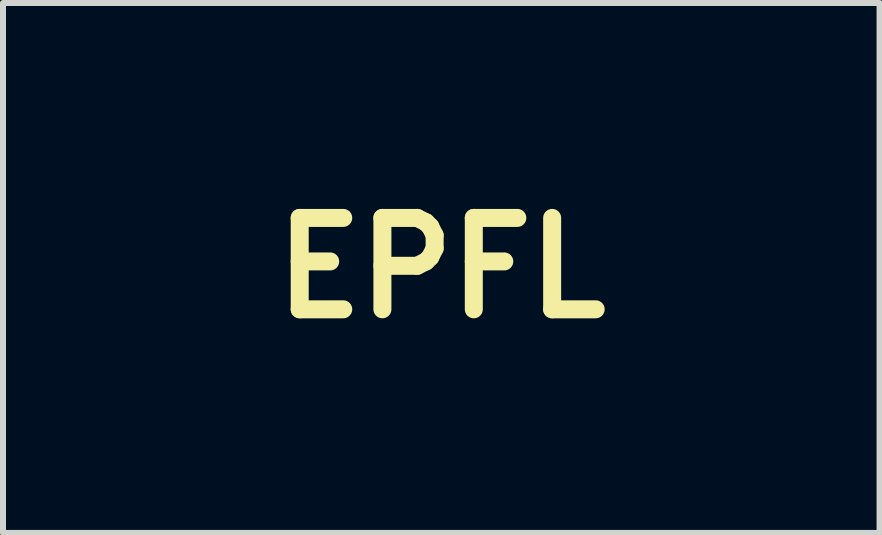
<source format=kicad_pcb>
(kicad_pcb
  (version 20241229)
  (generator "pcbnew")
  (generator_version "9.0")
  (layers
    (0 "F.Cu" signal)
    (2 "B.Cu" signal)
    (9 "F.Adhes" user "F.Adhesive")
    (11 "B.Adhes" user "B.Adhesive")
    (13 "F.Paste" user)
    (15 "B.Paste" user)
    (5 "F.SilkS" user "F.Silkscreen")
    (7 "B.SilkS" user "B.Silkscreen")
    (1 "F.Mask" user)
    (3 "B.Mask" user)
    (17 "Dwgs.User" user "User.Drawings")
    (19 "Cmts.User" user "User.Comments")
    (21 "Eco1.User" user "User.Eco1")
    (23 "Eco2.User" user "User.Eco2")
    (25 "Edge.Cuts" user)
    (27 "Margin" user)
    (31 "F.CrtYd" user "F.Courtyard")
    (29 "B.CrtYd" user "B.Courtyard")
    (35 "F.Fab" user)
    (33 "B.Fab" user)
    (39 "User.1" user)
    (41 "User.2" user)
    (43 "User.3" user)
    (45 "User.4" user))
  (footprint "EPFL"
    (layer "F.Cu")
    (at 4.306 1.418)
    (property "Reference" "EPFL" (at 0 0 0) (layer "F.SilkS") (effects (font (size 1.524 1.524) (thickness 0.3))))
    (attr through_hole)
    (fp_poly (pts (xy 3.035 0.787) (xy 4.305 0.787) (xy 4.305 1.253) (xy 2.493 1.253) (xy 2.493 -1.253) (xy 3.035 -1.253) (xy 3.035 0.787)) (stroke (width 0.01) (type solid)) (fill yes) (layer "F.Mask"))
    (fp_poly (pts (xy 2.108 -0.783) (xy 0.838 -0.783) (xy 0.838 -0.233) (xy 1.998 -0.233) (xy 1.998 0.233) (xy 0.838 0.233) (xy 0.838 1.253) (xy 0.296 1.253) (xy 0.296 0.229) (xy 0.834 0.229) (xy 0.834 -0.229) (xy 0.296 -0.229) (xy 0.296 -1.253) (xy 2.108 -1.253) (xy 2.108 -0.783)) (stroke (width 0.01) (type solid)) (fill yes) (layer "F.Mask"))
    (fp_poly (pts (xy -2.489 -0.783) (xy -3.759 -0.783) (xy -3.759 -0.233) (xy -2.595 -0.233) (xy -2.595 0.233) (xy -3.759 0.233) (xy -3.759 0.787) (xy -2.489 0.787) (xy -2.489 1.253) (xy -4.301 1.253) (xy -4.301 0.229) (xy -3.763 0.229) (xy -3.763 -0.229) (xy -4.301 -0.229) (xy -4.301 -1.253) (xy -2.489 -1.253) (xy -2.489 -0.783)) (stroke (width 0.01) (type solid)) (fill yes) (layer "F.Mask"))
    (fp_poly (pts (xy -1.336 -1.251) (xy -1.259 -1.251) (xy -1.19 -1.251) (xy -1.128 -1.251) (xy -1.073 -1.251) (xy -1.024 -1.251) (xy -0.981 -1.25) (xy -0.943 -1.25) (xy -0.91 -1.25) (xy -0.882 -1.25) (xy -0.857 -1.249) (xy -0.836 -1.249) (xy -0.818 -1.248) (xy -0.803 -1.248) (xy -0.79 -1.247) (xy -0.778 -1.246) (xy -0.768 -1.245) (xy -0.759 -1.244) (xy -0.75 -1.243) (xy -0.749 -1.243) (xy -0.667 -1.231) (xy -0.591 -1.213) (xy -0.521 -1.192) (xy -0.454 -1.164) (xy -0.39 -1.132) (xy -0.335 -1.098) (xy -0.312 -1.081) (xy -0.286 -1.059) (xy -0.258 -1.033) (xy -0.231 -1.006) (xy -0.205 -0.978) (xy -0.182 -0.951) (xy -0.165 -0.928) (xy -0.164 -0.926) (xy -0.127 -0.863) (xy -0.096 -0.795) (xy -0.073 -0.724) (xy -0.057 -0.65) (xy -0.047 -0.574) (xy -0.045 -0.497) (xy -0.05 -0.419) (xy -0.062 -0.342) (xy -0.082 -0.266) (xy -0.089 -0.243) (xy -0.117 -0.175) (xy -0.152 -0.111) (xy -0.193 -0.052) (xy -0.241 0.002) (xy -0.296 0.05) (xy -0.356 0.094) (xy -0.423 0.131) (xy -0.496 0.164) (xy -0.574 0.19) (xy -0.658 0.211) (xy -0.71 0.221) (xy -0.721 0.222) (xy -0.731 0.224) (xy -0.741 0.225) (xy -0.752 0.226) (xy -0.765 0.227) (xy -0.78 0.228) (xy -0.797 0.229) (xy -0.818 0.229) (xy -0.842 0.23) (xy -0.872 0.23) (xy -0.906 0.231) (xy -0.946 0.231) (xy -0.993 0.231) (xy -1.046 0.231) (xy -1.107 0.232) (xy -1.127 0.232) (xy -1.486 0.233) (xy -1.486 1.253) (xy -2.032 1.253) (xy -2.031 0.001) (xy -2.031 -0.232) (xy -1.486 -0.232) (xy -1.205 -0.234) (xy -1.146 -0.234) (xy -1.095 -0.235) (xy -1.051 -0.235) (xy -1.013 -0.236) (xy -0.982 -0.237) (xy -0.955 -0.237) (xy -0.933 -0.238) (xy -0.915 -0.239) (xy -0.9 -0.24) (xy -0.888 -0.241) (xy -0.88 -0.242) (xy -0.818 -0.254) (xy -0.763 -0.27) (xy -0.716 -0.29) (xy -0.676 -0.313) (xy -0.643 -0.341) (xy -0.617 -0.373) (xy -0.598 -0.409) (xy -0.59 -0.434) (xy -0.584 -0.467) (xy -0.581 -0.504) (xy -0.583 -0.541) (xy -0.585 -0.562) (xy -0.594 -0.595) (xy -0.605 -0.622) (xy -0.621 -0.647) (xy -0.642 -0.673) (xy -0.647 -0.678) (xy -0.677 -0.704) (xy -0.711 -0.726) (xy -0.751 -0.744) (xy -0.796 -0.758) (xy -0.848 -0.77) (xy -0.868 -0.773) (xy -0.878 -0.775) (xy -0.89 -0.776) (xy -0.903 -0.777) (xy -0.919 -0.778) (xy -0.939 -0.779) (xy -0.962 -0.779) (xy -0.99 -0.78) (xy -1.024 -0.781) (xy -1.064 -0.781) (xy -1.11 -0.781) (xy -1.164 -0.782) (xy -1.199 -0.782) (xy -1.486 -0.784) (xy -1.486 -0.232) (xy -2.031 -0.232) (xy -2.03 -1.251) (xy -1.42 -1.251) (xy -1.336 -1.251)) (stroke (width 0.01) (type solid)) (fill yes) (layer "F.Mask")))
  (gr_rect
    (start -3 -3)
    (end 11.616 5.836)
    (stroke (width 0.1) (type default))
    (fill no)
    (layer "Edge.Cuts")))
</source>
